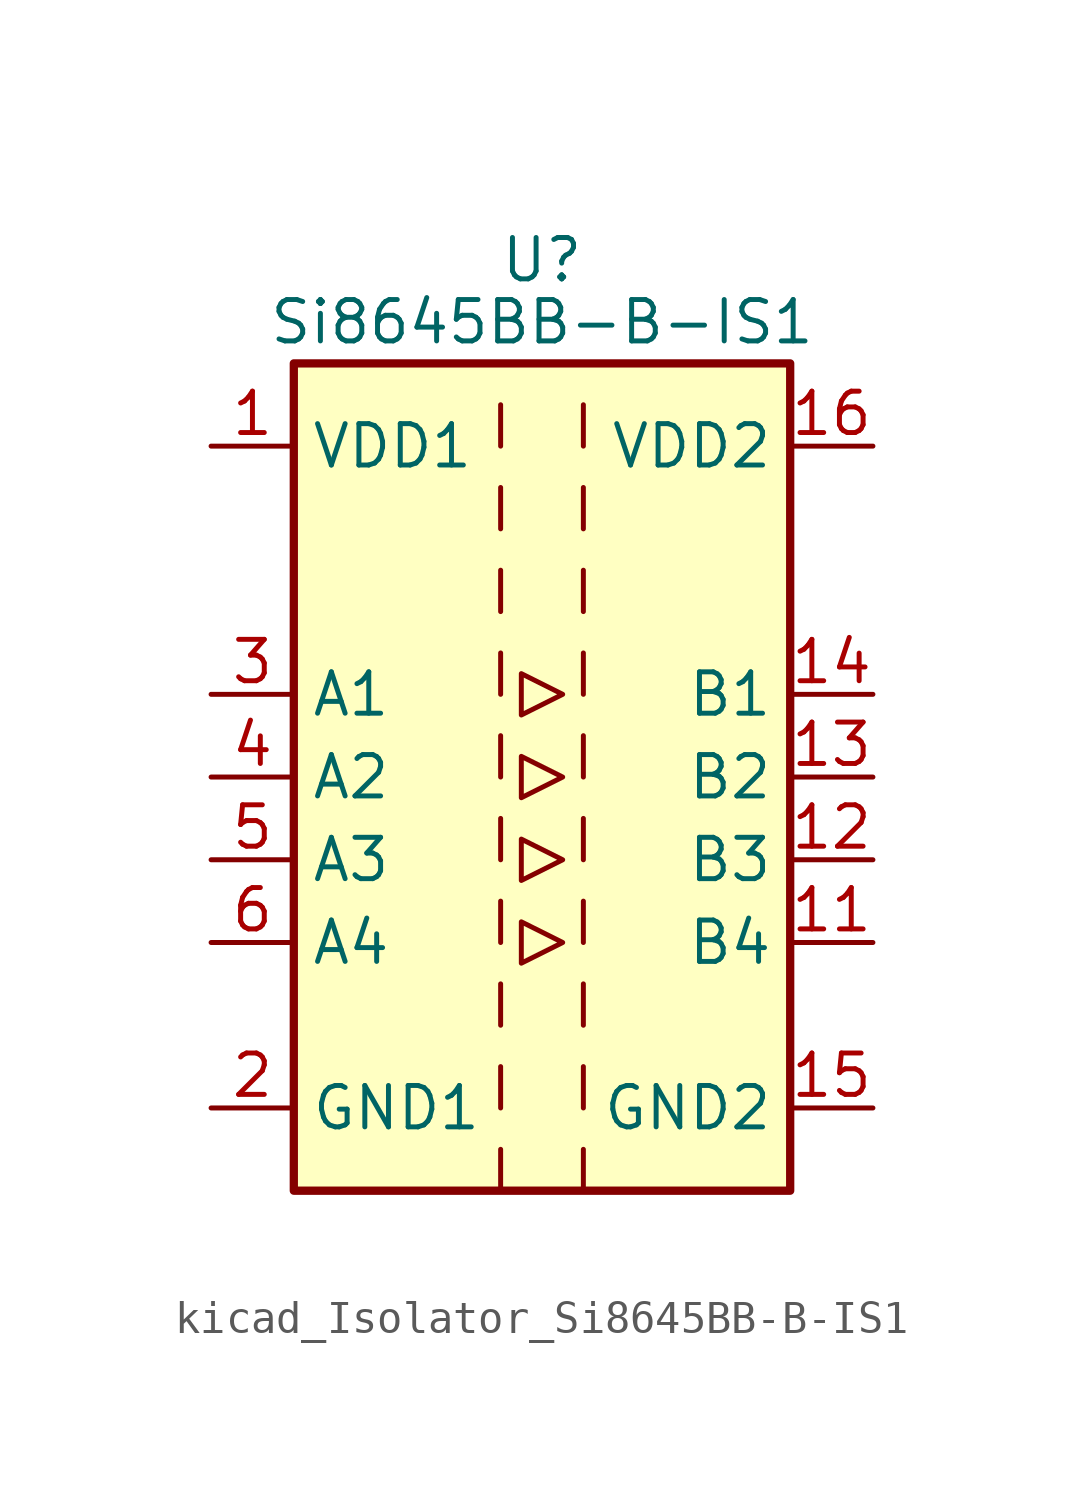
<source format=kicad_sym>
(kicad_symbol_lib
  (version 20220914)
  (generator kicad_symbol_editor)
  (symbol "kicad_Isolator_Si8645BB-B-IS1"
    (property "Reference" "U"
      (at 0 15.875 0)
      (effects (font (size 1.27 1.27))))
    (property "Value" "Si8645BB-B-IS1"
      (at 0 13.97 0)
      (effects (font (size 1.27 1.27))))
    (symbol "kicad_Isolator_Si8645BB-B-IS1_0_1"
      (rectangle (start -7.62 12.7) (end 7.62 -12.7) (stroke (width 0.254) (type default)) (fill (type background)))
      (polyline (pts (xy -1.27 -11.43) (xy -1.27 -12.7)) (stroke (width 0) (type default)) (fill (type none)))
      (polyline (pts (xy -1.27 -8.89) (xy -1.27 -10.16)) (stroke (width 0) (type default)) (fill (type none)))
      (polyline (pts (xy -1.27 -6.35) (xy -1.27 -7.62)) (stroke (width 0) (type default)) (fill (type none)))
      (polyline (pts (xy -1.27 -3.81) (xy -1.27 -5.08)) (stroke (width 0) (type default)) (fill (type none)))
      (polyline (pts (xy -1.27 -1.27) (xy -1.27 -2.54)) (stroke (width 0) (type default)) (fill (type none)))
      (polyline (pts (xy -1.27 1.27) (xy -1.27 0)) (stroke (width 0) (type default)) (fill (type none)))
      (polyline (pts (xy -1.27 3.81) (xy -1.27 2.54)) (stroke (width 0) (type default)) (fill (type none)))
      (polyline (pts (xy -1.27 6.35) (xy -1.27 5.08)) (stroke (width 0) (type default)) (fill (type none)))
      (polyline (pts (xy -1.27 8.89) (xy -1.27 7.62)) (stroke (width 0) (type default)) (fill (type none)))
      (polyline (pts (xy -1.27 11.43) (xy -1.27 10.16)) (stroke (width 0) (type default)) (fill (type none)))
      (polyline (pts (xy 1.27 -11.43) (xy 1.27 -12.7)) (stroke (width 0) (type default)) (fill (type none)))
      (polyline (pts (xy 1.27 -8.89) (xy 1.27 -10.16)) (stroke (width 0) (type default)) (fill (type none)))
      (polyline (pts (xy 1.27 -6.35) (xy 1.27 -7.62)) (stroke (width 0) (type default)) (fill (type none)))
      (polyline (pts (xy 1.27 -3.81) (xy 1.27 -5.08)) (stroke (width 0) (type default)) (fill (type none)))
      (polyline (pts (xy 1.27 -1.27) (xy 1.27 -2.54)) (stroke (width 0) (type default)) (fill (type none)))
      (polyline (pts (xy 1.27 1.27) (xy 1.27 0)) (stroke (width 0) (type default)) (fill (type none)))
      (polyline (pts (xy 1.27 3.81) (xy 1.27 2.54)) (stroke (width 0) (type default)) (fill (type none)))
      (polyline (pts (xy 1.27 6.35) (xy 1.27 5.08)) (stroke (width 0) (type default)) (fill (type none)))
      (polyline (pts (xy 1.27 8.89) (xy 1.27 7.62)) (stroke (width 0) (type default)) (fill (type none)))
      (polyline (pts (xy 1.27 11.43) (xy 1.27 10.16)) (stroke (width 0) (type default)) (fill (type none)))
      (polyline (pts (xy -0.635 0.635) (xy -0.635 -0.635) (xy 0.635 0) (xy -0.635 0.635)) (stroke (width 0) (type default)) (fill (type none)))
      (polyline (pts (xy -0.635 3.175) (xy -0.635 1.905) (xy 0.635 2.54) (xy -0.635 3.175)) (stroke (width 0) (type default)) (fill (type none)))
      (polyline (pts (xy 0.635 -5.08) (xy -0.635 -4.445) (xy -0.635 -5.715) (xy 0.635 -5.08)) (stroke (width 0) (type default)) (fill (type none)))
      (polyline (pts (xy 0.635 -2.54) (xy -0.635 -1.905) (xy -0.635 -3.175) (xy 0.635 -2.54)) (stroke (width 0) (type default)) (fill (type none))))
    (symbol "kicad_Isolator_Si8645BB-B-IS1_1_1"
      (pin power_in line (at -10.16 10.16 0) (length 2.54) (name "VDD1" (effects (font (size 1.27 1.27)))) (number "1" (effects (font (size 1.27 1.27)))))
      (pin no_connect line (at 7.62 7.62 180) (length 2.54) hide (name "NC" (effects (font (size 1.27 1.27)))) (number "10" (effects (font (size 1.27 1.27)))))
      (pin output line (at 10.16 -5.08 180) (length 2.54) (name "B4" (effects (font (size 1.27 1.27)))) (number "11" (effects (font (size 1.27 1.27)))))
      (pin output line (at 10.16 -2.54 180) (length 2.54) (name "B3" (effects (font (size 1.27 1.27)))) (number "12" (effects (font (size 1.27 1.27)))))
      (pin output line (at 10.16 0 180) (length 2.54) (name "B2" (effects (font (size 1.27 1.27)))) (number "13" (effects (font (size 1.27 1.27)))))
      (pin output line (at 10.16 2.54 180) (length 2.54) (name "B1" (effects (font (size 1.27 1.27)))) (number "14" (effects (font (size 1.27 1.27)))))
      (pin power_in line (at 10.16 -10.16 180) (length 2.54) (name "GND2" (effects (font (size 1.27 1.27)))) (number "15" (effects (font (size 1.27 1.27)))))
      (pin power_in line (at 10.16 10.16 180) (length 2.54) (name "VDD2" (effects (font (size 1.27 1.27)))) (number "16" (effects (font (size 1.27 1.27)))))
      (pin power_in line (at -10.16 -10.16 0) (length 2.54) (name "GND1" (effects (font (size 1.27 1.27)))) (number "2" (effects (font (size 1.27 1.27)))))
      (pin input line (at -10.16 2.54 0) (length 2.54) (name "A1" (effects (font (size 1.27 1.27)))) (number "3" (effects (font (size 1.27 1.27)))))
      (pin input line (at -10.16 0 0) (length 2.54) (name "A2" (effects (font (size 1.27 1.27)))) (number "4" (effects (font (size 1.27 1.27)))))
      (pin input line (at -10.16 -2.54 0) (length 2.54) (name "A3" (effects (font (size 1.27 1.27)))) (number "5" (effects (font (size 1.27 1.27)))))
      (pin input line (at -10.16 -5.08 0) (length 2.54) (name "A4" (effects (font (size 1.27 1.27)))) (number "6" (effects (font (size 1.27 1.27)))))
      (pin no_connect line (at -7.62 7.62 0) (length 2.54) hide (name "NC" (effects (font (size 1.27 1.27)))) (number "7" (effects (font (size 1.27 1.27)))))
      (pin passive line (at -10.16 -10.16 0) (length 2.54) hide (name "GND1" (effects (font (size 1.27 1.27)))) (number "8" (effects (font (size 1.27 1.27)))))
      (pin passive line (at 10.16 -10.16 180) (length 2.54) hide (name "GND2" (effects (font (size 1.27 1.27)))) (number "9" (effects (font (size 1.27 1.27))))))))
</source>
